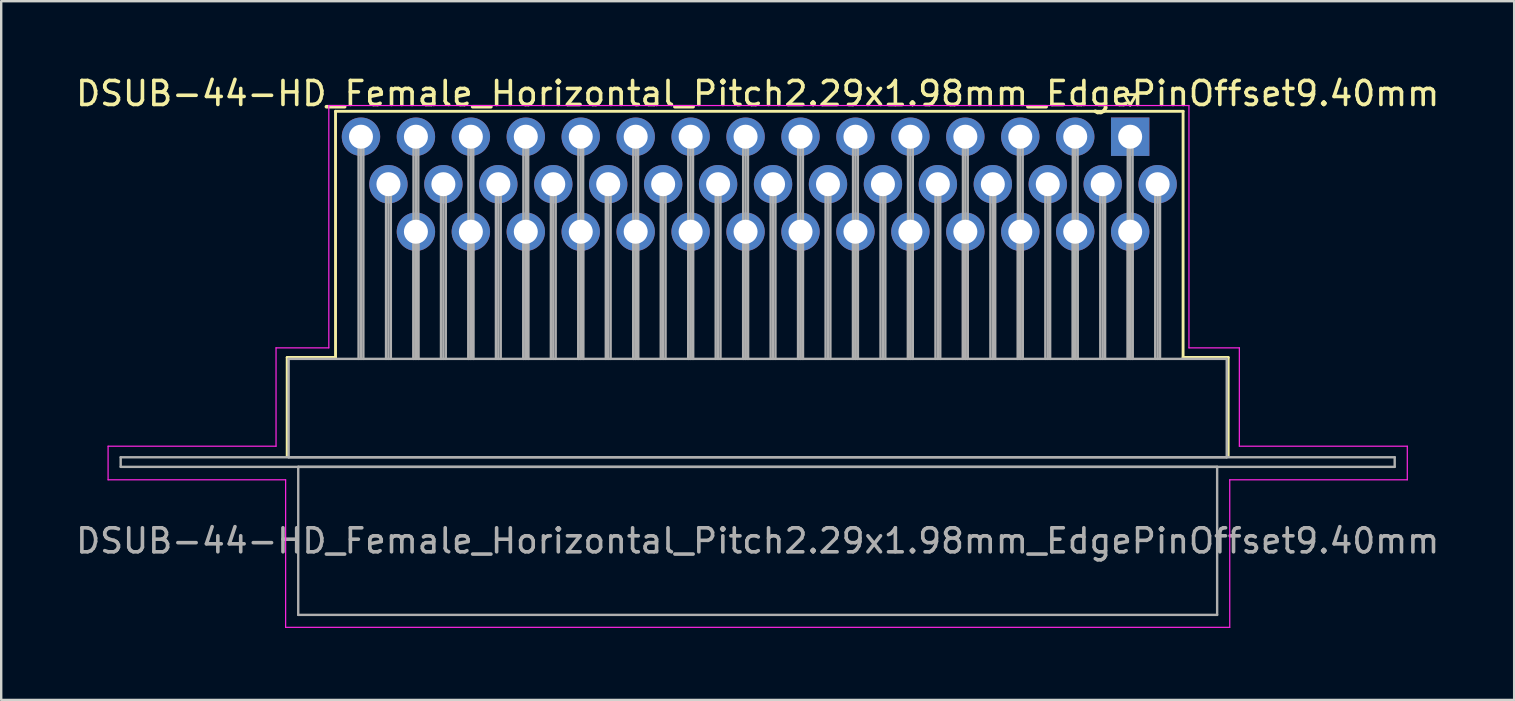
<source format=kicad_pcb>
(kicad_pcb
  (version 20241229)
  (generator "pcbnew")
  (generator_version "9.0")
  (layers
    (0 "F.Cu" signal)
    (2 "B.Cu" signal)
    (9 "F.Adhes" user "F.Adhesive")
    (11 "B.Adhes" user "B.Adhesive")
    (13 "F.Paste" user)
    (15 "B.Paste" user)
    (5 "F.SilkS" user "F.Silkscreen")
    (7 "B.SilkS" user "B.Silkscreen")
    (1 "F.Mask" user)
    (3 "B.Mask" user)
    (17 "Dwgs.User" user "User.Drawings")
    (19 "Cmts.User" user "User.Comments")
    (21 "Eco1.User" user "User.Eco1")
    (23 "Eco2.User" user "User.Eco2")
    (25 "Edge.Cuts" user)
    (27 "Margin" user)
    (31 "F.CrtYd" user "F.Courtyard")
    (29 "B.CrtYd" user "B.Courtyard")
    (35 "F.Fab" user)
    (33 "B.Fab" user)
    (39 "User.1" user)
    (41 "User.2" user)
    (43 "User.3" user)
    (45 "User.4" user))
  (footprint "DSUB-44-HD_Female_Horizontal_Pitch2.29x1.98mm_EdgePinOffset9.40mm"
    (layer "F.Cu")
    (at 44.055 2.648)
    (property "Reference" "DSUB-44-HD_Female_Horizontal_Pitch2.29x1.98mm_EdgePinOffset9.40mm" (at -15.525 -1.8 0) (layer "F.SilkS") (effects (font (size 1 1) (thickness 0.15))))
    (attr through_hole)
    (fp_line (start -35.135 9.2) (end -33.12 9.2) (stroke (width 0.12) (type solid)) (layer "F.SilkS"))
    (fp_line (start -35.135 13.3) (end -35.135 9.2) (stroke (width 0.12) (type solid)) (layer "F.SilkS"))
    (fp_line (start -33.12 -1.06) (end 2.205 -1.06) (stroke (width 0.12) (type solid)) (layer "F.SilkS"))
    (fp_line (start -33.12 9.2) (end -33.12 -1.06) (stroke (width 0.12) (type solid)) (layer "F.SilkS"))
    (fp_line (start -0.25 -1.754) (end 0.25 -1.754) (stroke (width 0.12) (type solid)) (layer "F.SilkS"))
    (fp_line (start 0 -1.321) (end -0.25 -1.754) (stroke (width 0.12) (type solid)) (layer "F.SilkS"))
    (fp_line (start 0.25 -1.754) (end 0 -1.321) (stroke (width 0.12) (type solid)) (layer "F.SilkS"))
    (fp_line (start 2.205 -1.06) (end 2.205 9.2) (stroke (width 0.12) (type solid)) (layer "F.SilkS"))
    (fp_line (start 2.205 9.2) (end 4.085 9.2) (stroke (width 0.12) (type solid)) (layer "F.SilkS"))
    (fp_line (start 4.085 9.2) (end 4.085 13.3) (stroke (width 0.12) (type solid)) (layer "F.SilkS"))
    (fp_line (start -42.6 12.9) (end -35.6 12.9) (stroke (width 0.05) (type solid)) (layer "F.CrtYd"))
    (fp_line (start -42.6 14.3) (end -42.6 12.9) (stroke (width 0.05) (type solid)) (layer "F.CrtYd"))
    (fp_line (start -35.6 8.8) (end -33.4 8.8) (stroke (width 0.05) (type solid)) (layer "F.CrtYd"))
    (fp_line (start -35.6 12.9) (end -35.6 8.8) (stroke (width 0.05) (type solid)) (layer "F.CrtYd"))
    (fp_line (start -35.2 14.3) (end -42.6 14.3) (stroke (width 0.05) (type solid)) (layer "F.CrtYd"))
    (fp_line (start -35.2 20.45) (end -35.2 14.3) (stroke (width 0.05) (type solid)) (layer "F.CrtYd"))
    (fp_line (start -33.4 -1.3) (end 2.45 -1.3) (stroke (width 0.05) (type solid)) (layer "F.CrtYd"))
    (fp_line (start -33.4 8.8) (end -33.4 -1.3) (stroke (width 0.05) (type solid)) (layer "F.CrtYd"))
    (fp_line (start 2.45 -1.3) (end 2.45 8.8) (stroke (width 0.05) (type solid)) (layer "F.CrtYd"))
    (fp_line (start 2.45 8.8) (end 4.55 8.8) (stroke (width 0.05) (type solid)) (layer "F.CrtYd"))
    (fp_line (start 4.15 14.3) (end 4.15 20.45) (stroke (width 0.05) (type solid)) (layer "F.CrtYd"))
    (fp_line (start 4.15 20.45) (end -35.2 20.45) (stroke (width 0.05) (type solid)) (layer "F.CrtYd"))
    (fp_line (start 4.55 8.8) (end 4.55 12.9) (stroke (width 0.05) (type solid)) (layer "F.CrtYd"))
    (fp_line (start 4.55 12.9) (end 11.55 12.9) (stroke (width 0.05) (type solid)) (layer "F.CrtYd"))
    (fp_line (start 11.55 12.9) (end 11.55 14.3) (stroke (width 0.05) (type solid)) (layer "F.CrtYd"))
    (fp_line (start 11.55 14.3) (end 4.15 14.3) (stroke (width 0.05) (type solid)) (layer "F.CrtYd"))
    (fp_line (start -42.075 13.36) (end -42.075 13.76) (stroke (width 0.1) (type solid)) (layer "F.Fab"))
    (fp_line (start -42.075 13.76) (end 11.025 13.76) (stroke (width 0.1) (type solid)) (layer "F.Fab"))
    (fp_line (start -35.075 9.26) (end -35.075 13.36) (stroke (width 0.1) (type solid)) (layer "F.Fab"))
    (fp_line (start -35.075 13.36) (end 4.025 13.36) (stroke (width 0.1) (type solid)) (layer "F.Fab"))
    (fp_line (start -34.675 13.76) (end -34.675 19.93) (stroke (width 0.1) (type solid)) (layer "F.Fab"))
    (fp_line (start -34.675 19.93) (end 3.625 19.93) (stroke (width 0.1) (type solid)) (layer "F.Fab"))
    (fp_line (start -32.16 0) (end -32.16 9.26) (stroke (width 0.1) (type solid)) (layer "F.Fab"))
    (fp_line (start -32.06 0) (end -32.06 9.26) (stroke (width 0.1) (type solid)) (layer "F.Fab"))
    (fp_line (start -31.96 0) (end -31.96 9.26) (stroke (width 0.1) (type solid)) (layer "F.Fab"))
    (fp_line (start -31.015 1.98) (end -31.015 9.26) (stroke (width 0.1) (type solid)) (layer "F.Fab"))
    (fp_line (start -30.915 1.98) (end -30.915 9.26) (stroke (width 0.1) (type solid)) (layer "F.Fab"))
    (fp_line (start -30.815 1.98) (end -30.815 9.26) (stroke (width 0.1) (type solid)) (layer "F.Fab"))
    (fp_line (start -29.87 0) (end -29.87 9.26) (stroke (width 0.1) (type solid)) (layer "F.Fab"))
    (fp_line (start -29.87 3.96) (end -29.87 9.26) (stroke (width 0.1) (type solid)) (layer "F.Fab"))
    (fp_line (start -29.77 0) (end -29.77 9.26) (stroke (width 0.1) (type solid)) (layer "F.Fab"))
    (fp_line (start -29.77 3.96) (end -29.77 9.26) (stroke (width 0.1) (type solid)) (layer "F.Fab"))
    (fp_line (start -29.67 0) (end -29.67 9.26) (stroke (width 0.1) (type solid)) (layer "F.Fab"))
    (fp_line (start -29.67 3.96) (end -29.67 9.26) (stroke (width 0.1) (type solid)) (layer "F.Fab"))
    (fp_line (start -28.725 1.98) (end -28.725 9.26) (stroke (width 0.1) (type solid)) (layer "F.Fab"))
    (fp_line (start -28.625 1.98) (end -28.625 9.26) (stroke (width 0.1) (type solid)) (layer "F.Fab"))
    (fp_line (start -28.525 1.98) (end -28.525 9.26) (stroke (width 0.1) (type solid)) (layer "F.Fab"))
    (fp_line (start -27.58 0) (end -27.58 9.26) (stroke (width 0.1) (type solid)) (layer "F.Fab"))
    (fp_line (start -27.58 3.96) (end -27.58 9.26) (stroke (width 0.1) (type solid)) (layer "F.Fab"))
    (fp_line (start -27.48 0) (end -27.48 9.26) (stroke (width 0.1) (type solid)) (layer "F.Fab"))
    (fp_line (start -27.48 3.96) (end -27.48 9.26) (stroke (width 0.1) (type solid)) (layer "F.Fab"))
    (fp_line (start -27.38 0) (end -27.38 9.26) (stroke (width 0.1) (type solid)) (layer "F.Fab"))
    (fp_line (start -27.38 3.96) (end -27.38 9.26) (stroke (width 0.1) (type solid)) (layer "F.Fab"))
    (fp_line (start -26.435 1.98) (end -26.435 9.26) (stroke (width 0.1) (type solid)) (layer "F.Fab"))
    (fp_line (start -26.335 1.98) (end -26.335 9.26) (stroke (width 0.1) (type solid)) (layer "F.Fab"))
    (fp_line (start -26.235 1.98) (end -26.235 9.26) (stroke (width 0.1) (type solid)) (layer "F.Fab"))
    (fp_line (start -25.29 0) (end -25.29 9.26) (stroke (width 0.1) (type solid)) (layer "F.Fab"))
    (fp_line (start -25.29 3.96) (end -25.29 9.26) (stroke (width 0.1) (type solid)) (layer "F.Fab"))
    (fp_line (start -25.19 0) (end -25.19 9.26) (stroke (width 0.1) (type solid)) (layer "F.Fab"))
    (fp_line (start -25.19 3.96) (end -25.19 9.26) (stroke (width 0.1) (type solid)) (layer "F.Fab"))
    (fp_line (start -25.09 0) (end -25.09 9.26) (stroke (width 0.1) (type solid)) (layer "F.Fab"))
    (fp_line (start -25.09 3.96) (end -25.09 9.26) (stroke (width 0.1) (type solid)) (layer "F.Fab"))
    (fp_line (start -24.145 1.98) (end -24.145 9.26) (stroke (width 0.1) (type solid)) (layer "F.Fab"))
    (fp_line (start -24.045 1.98) (end -24.045 9.26) (stroke (width 0.1) (type solid)) (layer "F.Fab"))
    (fp_line (start -23.945 1.98) (end -23.945 9.26) (stroke (width 0.1) (type solid)) (layer "F.Fab"))
    (fp_line (start -23 0) (end -23 9.26) (stroke (width 0.1) (type solid)) (layer "F.Fab"))
    (fp_line (start -23 3.96) (end -23 9.26) (stroke (width 0.1) (type solid)) (layer "F.Fab"))
    (fp_line (start -22.9 0) (end -22.9 9.26) (stroke (width 0.1) (type solid)) (layer "F.Fab"))
    (fp_line (start -22.9 3.96) (end -22.9 9.26) (stroke (width 0.1) (type solid)) (layer "F.Fab"))
    (fp_line (start -22.8 0) (end -22.8 9.26) (stroke (width 0.1) (type solid)) (layer "F.Fab"))
    (fp_line (start -22.8 3.96) (end -22.8 9.26) (stroke (width 0.1) (type solid)) (layer "F.Fab"))
    (fp_line (start -21.855 1.98) (end -21.855 9.26) (stroke (width 0.1) (type solid)) (layer "F.Fab"))
    (fp_line (start -21.755 1.98) (end -21.755 9.26) (stroke (width 0.1) (type solid)) (layer "F.Fab"))
    (fp_line (start -21.655 1.98) (end -21.655 9.26) (stroke (width 0.1) (type solid)) (layer "F.Fab"))
    (fp_line (start -20.71 0) (end -20.71 9.26) (stroke (width 0.1) (type solid)) (layer "F.Fab"))
    (fp_line (start -20.71 3.96) (end -20.71 9.26) (stroke (width 0.1) (type solid)) (layer "F.Fab"))
    (fp_line (start -20.61 0) (end -20.61 9.26) (stroke (width 0.1) (type solid)) (layer "F.Fab"))
    (fp_line (start -20.61 3.96) (end -20.61 9.26) (stroke (width 0.1) (type solid)) (layer "F.Fab"))
    (fp_line (start -20.51 0) (end -20.51 9.26) (stroke (width 0.1) (type solid)) (layer "F.Fab"))
    (fp_line (start -20.51 3.96) (end -20.51 9.26) (stroke (width 0.1) (type solid)) (layer "F.Fab"))
    (fp_line (start -19.565 1.98) (end -19.565 9.26) (stroke (width 0.1) (type solid)) (layer "F.Fab"))
    (fp_line (start -19.465 1.98) (end -19.465 9.26) (stroke (width 0.1) (type solid)) (layer "F.Fab"))
    (fp_line (start -19.365 1.98) (end -19.365 9.26) (stroke (width 0.1) (type solid)) (layer "F.Fab"))
    (fp_line (start -18.42 0) (end -18.42 9.26) (stroke (width 0.1) (type solid)) (layer "F.Fab"))
    (fp_line (start -18.42 3.96) (end -18.42 9.26) (stroke (width 0.1) (type solid)) (layer "F.Fab"))
    (fp_line (start -18.32 0) (end -18.32 9.26) (stroke (width 0.1) (type solid)) (layer "F.Fab"))
    (fp_line (start -18.32 3.96) (end -18.32 9.26) (stroke (width 0.1) (type solid)) (layer "F.Fab"))
    (fp_line (start -18.22 0) (end -18.22 9.26) (stroke (width 0.1) (type solid)) (layer "F.Fab"))
    (fp_line (start -18.22 3.96) (end -18.22 9.26) (stroke (width 0.1) (type solid)) (layer "F.Fab"))
    (fp_line (start -17.275 1.98) (end -17.275 9.26) (stroke (width 0.1) (type solid)) (layer "F.Fab"))
    (fp_line (start -17.175 1.98) (end -17.175 9.26) (stroke (width 0.1) (type solid)) (layer "F.Fab"))
    (fp_line (start -17.075 1.98) (end -17.075 9.26) (stroke (width 0.1) (type solid)) (layer "F.Fab"))
    (fp_line (start -16.13 0) (end -16.13 9.26) (stroke (width 0.1) (type solid)) (layer "F.Fab"))
    (fp_line (start -16.13 3.96) (end -16.13 9.26) (stroke (width 0.1) (type solid)) (layer "F.Fab"))
    (fp_line (start -16.03 0) (end -16.03 9.26) (stroke (width 0.1) (type solid)) (layer "F.Fab"))
    (fp_line (start -16.03 3.96) (end -16.03 9.26) (stroke (width 0.1) (type solid)) (layer "F.Fab"))
    (fp_line (start -15.93 0) (end -15.93 9.26) (stroke (width 0.1) (type solid)) (layer "F.Fab"))
    (fp_line (start -15.93 3.96) (end -15.93 9.26) (stroke (width 0.1) (type solid)) (layer "F.Fab"))
    (fp_line (start -14.985 1.98) (end -14.985 9.26) (stroke (width 0.1) (type solid)) (layer "F.Fab"))
    (fp_line (start -14.885 1.98) (end -14.885 9.26) (stroke (width 0.1) (type solid)) (layer "F.Fab"))
    (fp_line (start -14.785 1.98) (end -14.785 9.26) (stroke (width 0.1) (type solid)) (layer "F.Fab"))
    (fp_line (start -13.84 0) (end -13.84 9.26) (stroke (width 0.1) (type solid)) (layer "F.Fab"))
    (fp_line (start -13.84 3.96) (end -13.84 9.26) (stroke (width 0.1) (type solid)) (layer "F.Fab"))
    (fp_line (start -13.74 0) (end -13.74 9.26) (stroke (width 0.1) (type solid)) (layer "F.Fab"))
    (fp_line (start -13.74 3.96) (end -13.74 9.26) (stroke (width 0.1) (type solid)) (layer "F.Fab"))
    (fp_line (start -13.64 0) (end -13.64 9.26) (stroke (width 0.1) (type solid)) (layer "F.Fab"))
    (fp_line (start -13.64 3.96) (end -13.64 9.26) (stroke (width 0.1) (type solid)) (layer "F.Fab"))
    (fp_line (start -12.695 1.98) (end -12.695 9.26) (stroke (width 0.1) (type solid)) (layer "F.Fab"))
    (fp_line (start -12.595 1.98) (end -12.595 9.26) (stroke (width 0.1) (type solid)) (layer "F.Fab"))
    (fp_line (start -12.495 1.98) (end -12.495 9.26) (stroke (width 0.1) (type solid)) (layer "F.Fab"))
    (fp_line (start -11.55 0) (end -11.55 9.26) (stroke (width 0.1) (type solid)) (layer "F.Fab"))
    (fp_line (start -11.55 3.96) (end -11.55 9.26) (stroke (width 0.1) (type solid)) (layer "F.Fab"))
    (fp_line (start -11.45 0) (end -11.45 9.26) (stroke (width 0.1) (type solid)) (layer "F.Fab"))
    (fp_line (start -11.45 3.96) (end -11.45 9.26) (stroke (width 0.1) (type solid)) (layer "F.Fab"))
    (fp_line (start -11.35 0) (end -11.35 9.26) (stroke (width 0.1) (type solid)) (layer "F.Fab"))
    (fp_line (start -11.35 3.96) (end -11.35 9.26) (stroke (width 0.1) (type solid)) (layer "F.Fab"))
    (fp_line (start -10.405 1.98) (end -10.405 9.26) (stroke (width 0.1) (type solid)) (layer "F.Fab"))
    (fp_line (start -10.305 1.98) (end -10.305 9.26) (stroke (width 0.1) (type solid)) (layer "F.Fab"))
    (fp_line (start -10.205 1.98) (end -10.205 9.26) (stroke (width 0.1) (type solid)) (layer "F.Fab"))
    (fp_line (start -9.26 0) (end -9.26 9.26) (stroke (width 0.1) (type solid)) (layer "F.Fab"))
    (fp_line (start -9.26 3.96) (end -9.26 9.26) (stroke (width 0.1) (type solid)) (layer "F.Fab"))
    (fp_line (start -9.16 0) (end -9.16 9.26) (stroke (width 0.1) (type solid)) (layer "F.Fab"))
    (fp_line (start -9.16 3.96) (end -9.16 9.26) (stroke (width 0.1) (type solid)) (layer "F.Fab"))
    (fp_line (start -9.06 0) (end -9.06 9.26) (stroke (width 0.1) (type solid)) (layer "F.Fab"))
    (fp_line (start -9.06 3.96) (end -9.06 9.26) (stroke (width 0.1) (type solid)) (layer "F.Fab"))
    (fp_line (start -8.115 1.98) (end -8.115 9.26) (stroke (width 0.1) (type solid)) (layer "F.Fab"))
    (fp_line (start -8.015 1.98) (end -8.015 9.26) (stroke (width 0.1) (type solid)) (layer "F.Fab"))
    (fp_line (start -7.915 1.98) (end -7.915 9.26) (stroke (width 0.1) (type solid)) (layer "F.Fab"))
    (fp_line (start -6.97 0) (end -6.97 9.26) (stroke (width 0.1) (type solid)) (layer "F.Fab"))
    (fp_line (start -6.97 3.96) (end -6.97 9.26) (stroke (width 0.1) (type solid)) (layer "F.Fab"))
    (fp_line (start -6.87 0) (end -6.87 9.26) (stroke (width 0.1) (type solid)) (layer "F.Fab"))
    (fp_line (start -6.87 3.96) (end -6.87 9.26) (stroke (width 0.1) (type solid)) (layer "F.Fab"))
    (fp_line (start -6.77 0) (end -6.77 9.26) (stroke (width 0.1) (type solid)) (layer "F.Fab"))
    (fp_line (start -6.77 3.96) (end -6.77 9.26) (stroke (width 0.1) (type solid)) (layer "F.Fab"))
    (fp_line (start -5.825 1.98) (end -5.825 9.26) (stroke (width 0.1) (type solid)) (layer "F.Fab"))
    (fp_line (start -5.725 1.98) (end -5.725 9.26) (stroke (width 0.1) (type solid)) (layer "F.Fab"))
    (fp_line (start -5.625 1.98) (end -5.625 9.26) (stroke (width 0.1) (type solid)) (layer "F.Fab"))
    (fp_line (start -4.68 0) (end -4.68 9.26) (stroke (width 0.1) (type solid)) (layer "F.Fab"))
    (fp_line (start -4.68 3.96) (end -4.68 9.26) (stroke (width 0.1) (type solid)) (layer "F.Fab"))
    (fp_line (start -4.58 0) (end -4.58 9.26) (stroke (width 0.1) (type solid)) (layer "F.Fab"))
    (fp_line (start -4.58 3.96) (end -4.58 9.26) (stroke (width 0.1) (type solid)) (layer "F.Fab"))
    (fp_line (start -4.48 0) (end -4.48 9.26) (stroke (width 0.1) (type solid)) (layer "F.Fab"))
    (fp_line (start -4.48 3.96) (end -4.48 9.26) (stroke (width 0.1) (type solid)) (layer "F.Fab"))
    (fp_line (start -3.535 1.98) (end -3.535 9.26) (stroke (width 0.1) (type solid)) (layer "F.Fab"))
    (fp_line (start -3.435 1.98) (end -3.435 9.26) (stroke (width 0.1) (type solid)) (layer "F.Fab"))
    (fp_line (start -3.335 1.98) (end -3.335 9.26) (stroke (width 0.1) (type solid)) (layer "F.Fab"))
    (fp_line (start -2.39 0) (end -2.39 9.26) (stroke (width 0.1) (type solid)) (layer "F.Fab"))
    (fp_line (start -2.39 3.96) (end -2.39 9.26) (stroke (width 0.1) (type solid)) (layer "F.Fab"))
    (fp_line (start -2.29 0) (end -2.29 9.26) (stroke (width 0.1) (type solid)) (layer "F.Fab"))
    (fp_line (start -2.29 3.96) (end -2.29 9.26) (stroke (width 0.1) (type solid)) (layer "F.Fab"))
    (fp_line (start -2.19 0) (end -2.19 9.26) (stroke (width 0.1) (type solid)) (layer "F.Fab"))
    (fp_line (start -2.19 3.96) (end -2.19 9.26) (stroke (width 0.1) (type solid)) (layer "F.Fab"))
    (fp_line (start -1.245 1.98) (end -1.245 9.26) (stroke (width 0.1) (type solid)) (layer "F.Fab"))
    (fp_line (start -1.145 1.98) (end -1.145 9.26) (stroke (width 0.1) (type solid)) (layer "F.Fab"))
    (fp_line (start -1.045 1.98) (end -1.045 9.26) (stroke (width 0.1) (type solid)) (layer "F.Fab"))
    (fp_line (start -0.1 0) (end -0.1 9.26) (stroke (width 0.1) (type solid)) (layer "F.Fab"))
    (fp_line (start -0.1 3.96) (end -0.1 9.26) (stroke (width 0.1) (type solid)) (layer "F.Fab"))
    (fp_line (start 0 0) (end 0 9.26) (stroke (width 0.1) (type solid)) (layer "F.Fab"))
    (fp_line (start 0 3.96) (end 0 9.26) (stroke (width 0.1) (type solid)) (layer "F.Fab"))
    (fp_line (start 0.1 0) (end 0.1 9.26) (stroke (width 0.1) (type solid)) (layer "F.Fab"))
    (fp_line (start 0.1 3.96) (end 0.1 9.26) (stroke (width 0.1) (type solid)) (layer "F.Fab"))
    (fp_line (start 1.045 1.98) (end 1.045 9.26) (stroke (width 0.1) (type solid)) (layer "F.Fab"))
    (fp_line (start 1.145 1.98) (end 1.145 9.26) (stroke (width 0.1) (type solid)) (layer "F.Fab"))
    (fp_line (start 1.245 1.98) (end 1.245 9.26) (stroke (width 0.1) (type solid)) (layer "F.Fab"))
    (fp_line (start 3.625 13.76) (end -34.675 13.76) (stroke (width 0.1) (type solid)) (layer "F.Fab"))
    (fp_line (start 3.625 19.93) (end 3.625 13.76) (stroke (width 0.1) (type solid)) (layer "F.Fab"))
    (fp_line (start 4.025 9.26) (end -35.075 9.26) (stroke (width 0.1) (type solid)) (layer "F.Fab"))
    (fp_line (start 4.025 13.36) (end 4.025 9.26) (stroke (width 0.1) (type solid)) (layer "F.Fab"))
    (fp_line (start 11.025 13.36) (end -42.075 13.36) (stroke (width 0.1) (type solid)) (layer "F.Fab"))
    (fp_line (start 11.025 13.76) (end 11.025 13.36) (stroke (width 0.1) (type solid)) (layer "F.Fab"))
    (fp_text user "${REFERENCE}" (at -15.525 16.845 0) (layer "F.Fab") (effects (font (size 1 1) (thickness 0.15))))
    (pad "1" thru_hole rect (at 0 0) (size 1.6 1.6) (drill 1) (layers "*.Cu" "*.Mask"))
    (pad "2" thru_hole circle (at -2.29 0) (size 1.6 1.6) (drill 1) (layers "*.Cu" "*.Mask"))
    (pad "3" thru_hole circle (at -4.58 0) (size 1.6 1.6) (drill 1) (layers "*.Cu" "*.Mask"))
    (pad "4" thru_hole circle (at -6.87 0) (size 1.6 1.6) (drill 1) (layers "*.Cu" "*.Mask"))
    (pad "5" thru_hole circle (at -9.16 0) (size 1.6 1.6) (drill 1) (layers "*.Cu" "*.Mask"))
    (pad "6" thru_hole circle (at -11.45 0) (size 1.6 1.6) (drill 1) (layers "*.Cu" "*.Mask"))
    (pad "7" thru_hole circle (at -13.74 0) (size 1.6 1.6) (drill 1) (layers "*.Cu" "*.Mask"))
    (pad "8" thru_hole circle (at -16.03 0) (size 1.6 1.6) (drill 1) (layers "*.Cu" "*.Mask"))
    (pad "9" thru_hole circle (at -18.32 0) (size 1.6 1.6) (drill 1) (layers "*.Cu" "*.Mask"))
    (pad "10" thru_hole circle (at -20.61 0) (size 1.6 1.6) (drill 1) (layers "*.Cu" "*.Mask"))
    (pad "11" thru_hole circle (at -22.9 0) (size 1.6 1.6) (drill 1) (layers "*.Cu" "*.Mask"))
    (pad "12" thru_hole circle (at -25.19 0) (size 1.6 1.6) (drill 1) (layers "*.Cu" "*.Mask"))
    (pad "13" thru_hole circle (at -27.48 0) (size 1.6 1.6) (drill 1) (layers "*.Cu" "*.Mask"))
    (pad "14" thru_hole circle (at -29.77 0) (size 1.6 1.6) (drill 1) (layers "*.Cu" "*.Mask"))
    (pad "15" thru_hole circle (at -32.06 0) (size 1.6 1.6) (drill 1) (layers "*.Cu" "*.Mask"))
    (pad "16" thru_hole circle (at 1.145 1.98) (size 1.6 1.6) (drill 1) (layers "*.Cu" "*.Mask"))
    (pad "17" thru_hole circle (at -1.145 1.98) (size 1.6 1.6) (drill 1) (layers "*.Cu" "*.Mask"))
    (pad "18" thru_hole circle (at -3.435 1.98) (size 1.6 1.6) (drill 1) (layers "*.Cu" "*.Mask"))
    (pad "19" thru_hole circle (at -5.725 1.98) (size 1.6 1.6) (drill 1) (layers "*.Cu" "*.Mask"))
    (pad "20" thru_hole circle (at -8.015 1.98) (size 1.6 1.6) (drill 1) (layers "*.Cu" "*.Mask"))
    (pad "21" thru_hole circle (at -10.305 1.98) (size 1.6 1.6) (drill 1) (layers "*.Cu" "*.Mask"))
    (pad "22" thru_hole circle (at -12.595 1.98) (size 1.6 1.6) (drill 1) (layers "*.Cu" "*.Mask"))
    (pad "23" thru_hole circle (at -14.885 1.98) (size 1.6 1.6) (drill 1) (layers "*.Cu" "*.Mask"))
    (pad "24" thru_hole circle (at -17.175 1.98) (size 1.6 1.6) (drill 1) (layers "*.Cu" "*.Mask"))
    (pad "25" thru_hole circle (at -19.465 1.98) (size 1.6 1.6) (drill 1) (layers "*.Cu" "*.Mask"))
    (pad "26" thru_hole circle (at -21.755 1.98) (size 1.6 1.6) (drill 1) (layers "*.Cu" "*.Mask"))
    (pad "27" thru_hole circle (at -24.045 1.98) (size 1.6 1.6) (drill 1) (layers "*.Cu" "*.Mask"))
    (pad "28" thru_hole circle (at -26.335 1.98) (size 1.6 1.6) (drill 1) (layers "*.Cu" "*.Mask"))
    (pad "29" thru_hole circle (at -28.625 1.98) (size 1.6 1.6) (drill 1) (layers "*.Cu" "*.Mask"))
    (pad "30" thru_hole circle (at -30.915 1.98) (size 1.6 1.6) (drill 1) (layers "*.Cu" "*.Mask"))
    (pad "31" thru_hole circle (at 0 3.96) (size 1.6 1.6) (drill 1) (layers "*.Cu" "*.Mask"))
    (pad "32" thru_hole circle (at -2.29 3.96) (size 1.6 1.6) (drill 1) (layers "*.Cu" "*.Mask"))
    (pad "33" thru_hole circle (at -4.58 3.96) (size 1.6 1.6) (drill 1) (layers "*.Cu" "*.Mask"))
    (pad "34" thru_hole circle (at -6.87 3.96) (size 1.6 1.6) (drill 1) (layers "*.Cu" "*.Mask"))
    (pad "35" thru_hole circle (at -9.16 3.96) (size 1.6 1.6) (drill 1) (layers "*.Cu" "*.Mask"))
    (pad "36" thru_hole circle (at -11.45 3.96) (size 1.6 1.6) (drill 1) (layers "*.Cu" "*.Mask"))
    (pad "37" thru_hole circle (at -13.74 3.96) (size 1.6 1.6) (drill 1) (layers "*.Cu" "*.Mask"))
    (pad "38" thru_hole circle (at -16.03 3.96) (size 1.6 1.6) (drill 1) (layers "*.Cu" "*.Mask"))
    (pad "39" thru_hole circle (at -18.32 3.96) (size 1.6 1.6) (drill 1) (layers "*.Cu" "*.Mask"))
    (pad "40" thru_hole circle (at -20.61 3.96) (size 1.6 1.6) (drill 1) (layers "*.Cu" "*.Mask"))
    (pad "41" thru_hole circle (at -22.9 3.96) (size 1.6 1.6) (drill 1) (layers "*.Cu" "*.Mask"))
    (pad "42" thru_hole circle (at -25.19 3.96) (size 1.6 1.6) (drill 1) (layers "*.Cu" "*.Mask"))
    (pad "43" thru_hole circle (at -27.48 3.96) (size 1.6 1.6) (drill 1) (layers "*.Cu" "*.Mask"))
    (pad "44" thru_hole circle (at -29.77 3.96) (size 1.6 1.6) (drill 1) (layers "*.Cu" "*.Mask")))
  (gr_rect
    (start -3 -3)
    (end 60.06 26.123)
    (stroke (width 0.1) (type default))
    (fill no)
    (layer "Edge.Cuts")))
</source>
